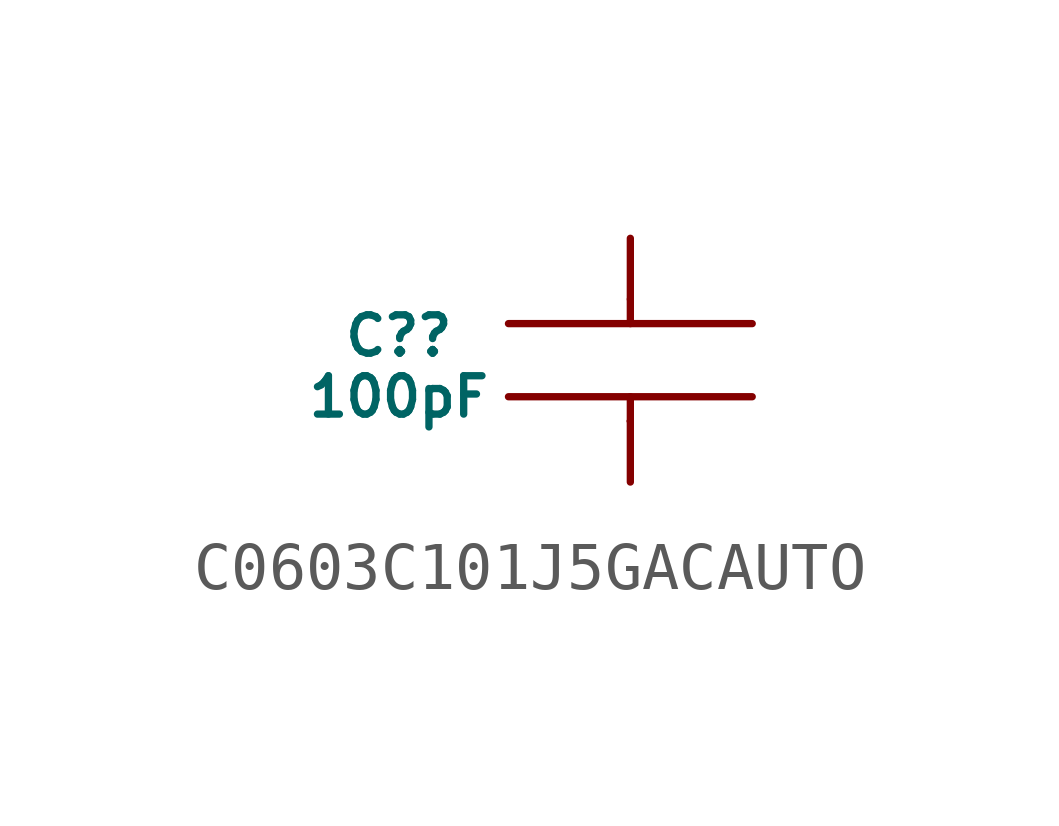
<source format=kicad_sym>
(kicad_symbol_lib
  (version 20231120)
  (generator "kicad_symbol_editor")
  (generator_version "8.0")
  (symbol "C0603C101J5GACAUTO"
    (pin_numbers hide)
    (pin_names hide)
    (property "Reference" "C?"
      (at -4.826 0.508 0)
      (do_not_autoplace)
      (effects (font (size 0.8 0.8))))
    (property "Value" "100pF"
      (at -4.826 -0.762 0)
      (do_not_autoplace)
      (effects (font (size 0.8 0.8))))
    (symbol "C0603C101J5GACAUTO_0_1"
      (polyline (pts (xy 0 -1.27) (xy 0 -1.27)) (stroke (width 0) (type default)) (fill (type none)))
      (polyline (pts (xy 0 -1.27) (xy 0 -0.762)) (stroke (width 0) (type default)) (fill (type none)))
      (polyline (pts (xy 0 0.762) (xy 0 1.27)) (stroke (width 0) (type default)) (fill (type none))))
    (symbol "C0603C101J5GACAUTO_1_0"
      (pin passive line (at 0 -2.54 90) (length 1.27) (name "" (effects (font (size 0.8 0.8)))) (number "1" (effects (font (size 0.8 0.8)))))
      (pin passive line (at 0 2.54 270) (length 1.27) (name "" (effects (font (size 0.8 0.8)))) (number "2" (effects (font (size 0.8 0.8))))))
    (symbol "C0603C101J5GACAUTO_1_1"
      (polyline (pts (xy -2.54 -0.762) (xy 2.54 -0.762)) (stroke (width 0) (type solid)) (fill (type none)))
      (polyline (pts (xy -2.54 0.762) (xy 2.54 0.762)) (stroke (width 0) (type solid)) (fill (type none))))))
</source>
